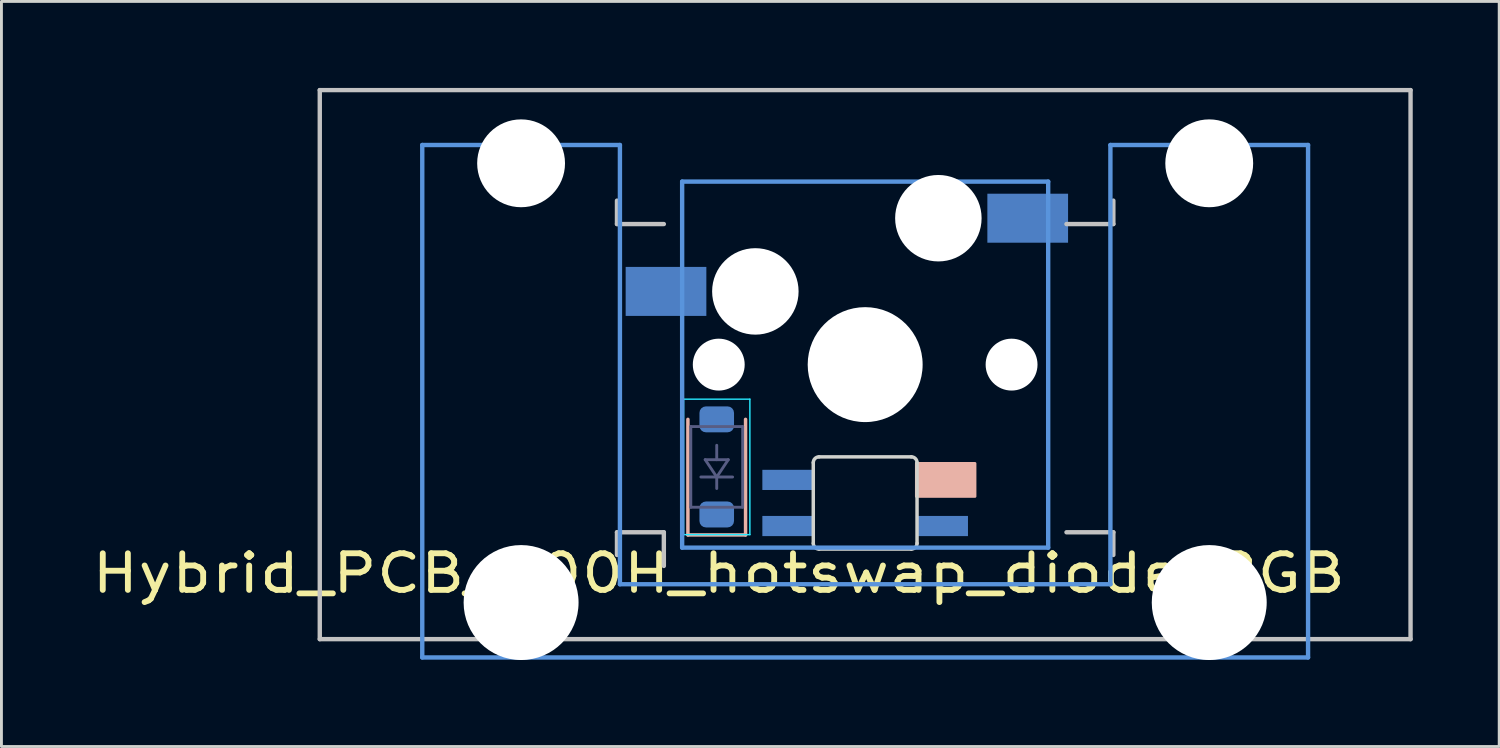
<source format=kicad_pcb>
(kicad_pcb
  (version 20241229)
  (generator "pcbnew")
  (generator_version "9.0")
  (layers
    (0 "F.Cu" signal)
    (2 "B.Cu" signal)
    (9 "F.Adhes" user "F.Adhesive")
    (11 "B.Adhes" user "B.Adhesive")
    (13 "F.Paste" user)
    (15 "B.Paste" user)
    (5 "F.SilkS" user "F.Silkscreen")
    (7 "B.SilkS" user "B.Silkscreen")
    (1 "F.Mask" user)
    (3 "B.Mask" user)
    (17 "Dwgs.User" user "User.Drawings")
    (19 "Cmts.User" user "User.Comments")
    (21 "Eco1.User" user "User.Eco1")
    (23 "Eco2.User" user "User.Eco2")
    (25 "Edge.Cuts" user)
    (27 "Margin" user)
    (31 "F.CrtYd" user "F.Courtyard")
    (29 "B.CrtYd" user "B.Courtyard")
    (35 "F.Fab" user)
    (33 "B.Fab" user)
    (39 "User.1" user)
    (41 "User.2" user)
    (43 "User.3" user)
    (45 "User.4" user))
  (footprint "Hybrid_PCB_200H_hotswap_diode_RGB"
    (layer "F.Cu")
    (at 26.968 9.601)
    (property "Reference" "Hybrid_PCB_200H_hotswap_diode_RGB" (at -5.08 7.239 0) (layer "F.SilkS") (effects (font (size 1.27 1.524) (thickness 0.203))))
    (attr smd)
    (fp_line (start -6.15 1.899) (end -6.15 5.909) (stroke (width 0.12) (type solid)) (layer "B.SilkS"))
    (fp_line (start -6.15 5.909) (end -4.15 5.909) (stroke (width 0.12) (type solid)) (layer "B.SilkS"))
    (fp_line (start -4.15 1.899) (end -4.15 5.909) (stroke (width 0.12) (type solid)) (layer "B.SilkS"))
    (fp_poly (pts (xy 1.778 4.572) (xy 3.81 4.572) (xy 3.81 3.429) (xy 1.778 3.429)) (stroke (width 0.1) (type solid)) (fill yes) (layer "B.SilkS"))
    (fp_line (start -18.923 -9.525) (end 18.923 -9.525) (stroke (width 0.152) (type solid)) (layer "Dwgs.User"))
    (fp_line (start -18.923 9.525) (end -18.923 -9.525) (stroke (width 0.152) (type solid)) (layer "Dwgs.User"))
    (fp_line (start -8.611 -5.69) (end -8.611 -4.877) (stroke (width 0.152) (type solid)) (layer "Dwgs.User"))
    (fp_line (start -8.611 -4.877) (end -6.985 -4.877) (stroke (width 0.152) (type solid)) (layer "Dwgs.User"))
    (fp_line (start -8.611 5.817) (end -8.611 6.604) (stroke (width 0.152) (type solid)) (layer "Dwgs.User"))
    (fp_line (start -6.985 5.817) (end -8.611 5.817) (stroke (width 0.152) (type solid)) (layer "Dwgs.User"))
    (fp_line (start -6.985 6.985) (end -6.985 5.817) (stroke (width 0.152) (type solid)) (layer "Dwgs.User"))
    (fp_line (start 6.985 -4.877) (end 8.611 -4.877) (stroke (width 0.152) (type solid)) (layer "Dwgs.User"))
    (fp_line (start 8.611 -4.877) (end 8.611 -5.69) (stroke (width 0.152) (type solid)) (layer "Dwgs.User"))
    (fp_line (start 8.611 5.817) (end 6.985 5.817) (stroke (width 0.152) (type solid)) (layer "Dwgs.User"))
    (fp_line (start 8.611 6.604) (end 8.611 5.817) (stroke (width 0.152) (type solid)) (layer "Dwgs.User"))
    (fp_line (start 18.923 -9.525) (end 18.923 9.525) (stroke (width 0.152) (type solid)) (layer "Dwgs.User"))
    (fp_line (start 18.923 9.525) (end -18.923 9.525) (stroke (width 0.152) (type solid)) (layer "Dwgs.User"))
    (fp_line (start -15.367 -7.62) (end -15.367 10.16) (stroke (width 0.152) (type solid)) (layer "Cmts.User"))
    (fp_line (start -15.367 10.16) (end 15.367 10.16) (stroke (width 0.152) (type solid)) (layer "Cmts.User"))
    (fp_line (start -8.509 -7.62) (end -15.367 -7.62) (stroke (width 0.152) (type solid)) (layer "Cmts.User"))
    (fp_line (start -8.509 7.62) (end -8.509 -7.62) (stroke (width 0.152) (type solid)) (layer "Cmts.User"))
    (fp_line (start -6.35 -6.35) (end 6.35 -6.35) (stroke (width 0.152) (type solid)) (layer "Cmts.User"))
    (fp_line (start -6.35 6.35) (end -6.35 -6.35) (stroke (width 0.152) (type solid)) (layer "Cmts.User"))
    (fp_line (start 6.35 -6.35) (end 6.35 6.35) (stroke (width 0.152) (type solid)) (layer "Cmts.User"))
    (fp_line (start 6.35 6.35) (end -6.35 6.35) (stroke (width 0.152) (type solid)) (layer "Cmts.User"))
    (fp_line (start 8.509 -7.62) (end 8.509 7.62) (stroke (width 0.152) (type solid)) (layer "Cmts.User"))
    (fp_line (start 8.509 7.62) (end -8.509 7.62) (stroke (width 0.152) (type solid)) (layer "Cmts.User"))
    (fp_line (start 15.367 -7.62) (end 8.509 -7.62) (stroke (width 0.152) (type solid)) (layer "Cmts.User"))
    (fp_line (start 15.367 10.16) (end 15.367 -7.62) (stroke (width 0.152) (type solid)) (layer "Cmts.User"))
    (fp_line (start -16.129 -2.286) (end -15.465 -2.286) (stroke (width 0.152) (type solid)) (layer "Eco2.User"))
    (fp_line (start -16.129 0.508) (end -16.129 -2.286) (stroke (width 0.152) (type solid)) (layer "Eco2.User"))
    (fp_line (start -15.465 -5.69) (end -6.985 -5.69) (stroke (width 0.152) (type solid)) (layer "Eco2.User"))
    (fp_line (start -15.465 -2.286) (end -15.465 -5.69) (stroke (width 0.152) (type solid)) (layer "Eco2.User"))
    (fp_line (start -15.465 0.508) (end -16.129 0.508) (stroke (width 0.152) (type solid)) (layer "Eco2.User"))
    (fp_line (start -15.465 6.604) (end -15.465 0.508) (stroke (width 0.152) (type solid)) (layer "Eco2.User"))
    (fp_line (start -14.224 6.604) (end -15.465 6.604) (stroke (width 0.152) (type solid)) (layer "Eco2.User"))
    (fp_line (start -14.224 7.772) (end -14.224 6.604) (stroke (width 0.152) (type solid)) (layer "Eco2.User"))
    (fp_line (start -9.652 6.604) (end -9.652 7.772) (stroke (width 0.152) (type solid)) (layer "Eco2.User"))
    (fp_line (start -9.652 7.772) (end -14.224 7.772) (stroke (width 0.152) (type solid)) (layer "Eco2.User"))
    (fp_line (start -6.985 -6.985) (end 6.985 -6.985) (stroke (width 0.152) (type solid)) (layer "Eco2.User"))
    (fp_line (start -6.985 -5.69) (end -6.985 -6.985) (stroke (width 0.152) (type solid)) (layer "Eco2.User"))
    (fp_line (start -6.985 6.604) (end -9.652 6.604) (stroke (width 0.152) (type solid)) (layer "Eco2.User"))
    (fp_line (start -6.985 6.985) (end -6.985 6.604) (stroke (width 0.152) (type solid)) (layer "Eco2.User"))
    (fp_line (start 6.985 -6.985) (end 6.985 -5.69) (stroke (width 0.152) (type solid)) (layer "Eco2.User"))
    (fp_line (start 6.985 -5.69) (end 15.465 -5.69) (stroke (width 0.152) (type solid)) (layer "Eco2.User"))
    (fp_line (start 6.985 6.604) (end 6.985 6.985) (stroke (width 0.152) (type solid)) (layer "Eco2.User"))
    (fp_line (start 6.985 6.985) (end -6.985 6.985) (stroke (width 0.152) (type solid)) (layer "Eco2.User"))
    (fp_line (start 9.652 6.604) (end 6.985 6.604) (stroke (width 0.152) (type solid)) (layer "Eco2.User"))
    (fp_line (start 9.652 7.772) (end 9.652 6.604) (stroke (width 0.152) (type solid)) (layer "Eco2.User"))
    (fp_line (start 14.224 6.604) (end 14.224 7.772) (stroke (width 0.152) (type solid)) (layer "Eco2.User"))
    (fp_line (start 14.224 7.772) (end 9.652 7.772) (stroke (width 0.152) (type solid)) (layer "Eco2.User"))
    (fp_line (start 15.465 -5.69) (end 15.465 -2.286) (stroke (width 0.152) (type solid)) (layer "Eco2.User"))
    (fp_line (start 15.465 -2.286) (end 16.129 -2.286) (stroke (width 0.152) (type solid)) (layer "Eco2.User"))
    (fp_line (start 15.465 0.508) (end 15.465 6.604) (stroke (width 0.152) (type solid)) (layer "Eco2.User"))
    (fp_line (start 15.465 6.604) (end 14.224 6.604) (stroke (width 0.152) (type solid)) (layer "Eco2.User"))
    (fp_line (start 16.129 -2.286) (end 16.129 0.508) (stroke (width 0.152) (type solid)) (layer "Eco2.User"))
    (fp_line (start 16.129 0.508) (end 15.465 0.508) (stroke (width 0.152) (type solid)) (layer "Eco2.User"))
    (fp_line (start -1.8 3.4) (end -1.8 6.2) (stroke (width 0.12) (type solid)) (layer "Edge.Cuts"))
    (fp_line (start -1.6 3.2) (end 1.6 3.2) (stroke (width 0.12) (type solid)) (layer "Edge.Cuts"))
    (fp_line (start -1.6 6.4) (end 1.6 6.4) (stroke (width 0.12) (type solid)) (layer "Edge.Cuts"))
    (fp_line (start 1.8 3.4) (end 1.8 6.2) (stroke (width 0.12) (type solid)) (layer "Edge.Cuts"))
    (fp_arc (start -1.8 3.4) (mid -1.741421 3.258579) (end -1.6 3.2) (stroke (width 0.12) (type solid)) (layer "Edge.Cuts"))
    (fp_arc (start -1.6 6.4) (mid -1.741421 6.341421) (end -1.8 6.2) (stroke (width 0.12) (type solid)) (layer "Edge.Cuts"))
    (fp_arc (start 1.6 3.2) (mid 1.741421 3.258579) (end 1.8 3.4) (stroke (width 0.12) (type solid)) (layer "Edge.Cuts"))
    (fp_arc (start 1.8 6.2) (mid 1.741421 6.341421) (end 1.6 6.4) (stroke (width 0.12) (type solid)) (layer "Edge.Cuts"))
    (fp_line (start -6.3 1.199) (end -4 1.199) (stroke (width 0.05) (type solid)) (layer "B.CrtYd"))
    (fp_line (start -6.3 5.899) (end -6.3 1.199) (stroke (width 0.05) (type solid)) (layer "B.CrtYd"))
    (fp_line (start -6.3 5.899) (end -4 5.899) (stroke (width 0.05) (type solid)) (layer "B.CrtYd"))
    (fp_line (start -4 1.199) (end -4 5.899) (stroke (width 0.05) (type solid)) (layer "B.CrtYd"))
    (fp_line (start -6.05 2.149) (end -4.25 2.149) (stroke (width 0.1) (type solid)) (layer "B.Fab"))
    (fp_line (start -6.05 4.949) (end -6.05 2.149) (stroke (width 0.1) (type solid)) (layer "B.Fab"))
    (fp_line (start -5.7 3.899) (end -5.15 3.899) (stroke (width 0.1) (type solid)) (layer "B.Fab"))
    (fp_line (start -5.55 3.299) (end -4.75 3.299) (stroke (width 0.1) (type solid)) (layer "B.Fab"))
    (fp_line (start -5.15 2.799) (end -5.15 3.299) (stroke (width 0.1) (type solid)) (layer "B.Fab"))
    (fp_line (start -5.15 3.899) (end -5.55 3.299) (stroke (width 0.1) (type solid)) (layer "B.Fab"))
    (fp_line (start -5.15 3.899) (end -5.15 4.299) (stroke (width 0.1) (type solid)) (layer "B.Fab"))
    (fp_line (start -4.75 3.299) (end -5.15 3.899) (stroke (width 0.1) (type solid)) (layer "B.Fab"))
    (fp_line (start -4.6 3.899) (end -5.15 3.899) (stroke (width 0.1) (type solid)) (layer "B.Fab"))
    (fp_line (start -4.25 2.149) (end -4.25 4.949) (stroke (width 0.1) (type solid)) (layer "B.Fab"))
    (fp_line (start -4.25 4.949) (end -6.05 4.949) (stroke (width 0.1) (type solid)) (layer "B.Fab"))
    (pad "" np_thru_hole circle (at -11.938 -6.985) (size 3.048 3.048) (drill 3.048) (layers "*.Cu"))
    (pad "" np_thru_hole circle (at -11.938 8.255) (size 3.988 3.988) (drill 3.988) (layers "*.Cu"))
    (pad "" np_thru_hole circle (at -5.08 0) (size 1.8 1.8) (drill 1.8) (layers "*.Cu" "*.Mask"))
    (pad "" np_thru_hole circle (at -3.81 -2.54) (size 3 3) (drill 3) (layers "*.Cu" "*.Mask"))
    (pad "" np_thru_hole circle (at 0 0 90) (size 3.988 3.988) (drill 3.988) (layers "*.Cu" "*.Mask"))
    (pad "" np_thru_hole circle (at 2.54 -5.08) (size 3 3) (drill 3) (layers "*.Cu" "*.Mask"))
    (pad "" np_thru_hole circle (at 5.08 0) (size 1.8 1.8) (drill 1.8) (layers "*.Cu" "*.Mask"))
    (pad "" np_thru_hole circle (at 11.938 -6.985) (size 3.048 3.048) (drill 3.048) (layers "*.Cu"))
    (pad "" np_thru_hole circle (at 11.938 8.255) (size 3.988 3.988) (drill 3.988) (layers "*.Cu"))
    (pad "1" smd rect (at 5.64 -5.08) (size 2.8 1.7) (layers "B.Cu" "B.Mask" "B.Paste"))
    (pad "2" smd rect (at -6.91 -2.54) (size 2.8 1.7) (layers "B.Cu" "B.Mask" "B.Paste"))
    (pad "3" smd roundrect (at -5.15 5.199 270) (size 0.9 1.2) (layers "B.Cu" "B.Mask" "B.Paste") (roundrect_rratio 0.25))
    (pad "4" smd roundrect (at -5.15 1.899 270) (size 0.9 1.2) (layers "B.Cu" "B.Mask" "B.Paste") (roundrect_rratio 0.25))
    (pad "5" smd rect (at 2.667 4) (size 1.8 0.7) (layers "B.Cu" "B.Mask" "B.Paste"))
    (pad "6" smd rect (at -2.667 4) (size 1.8 0.7) (layers "B.Cu" "B.Mask" "B.Paste"))
    (pad "7" smd rect (at -2.667 5.6) (size 1.8 0.7) (layers "B.Cu" "B.Mask" "B.Paste"))
    (pad "8" smd rect (at 2.667 5.6) (size 1.8 0.7) (layers "B.Cu" "B.Mask" "B.Paste")))
  (gr_rect
    (start -3 -3)
    (end 48.967 22.85)
    (stroke (width 0.1) (type default))
    (fill no)
    (layer "Edge.Cuts")))
</source>
